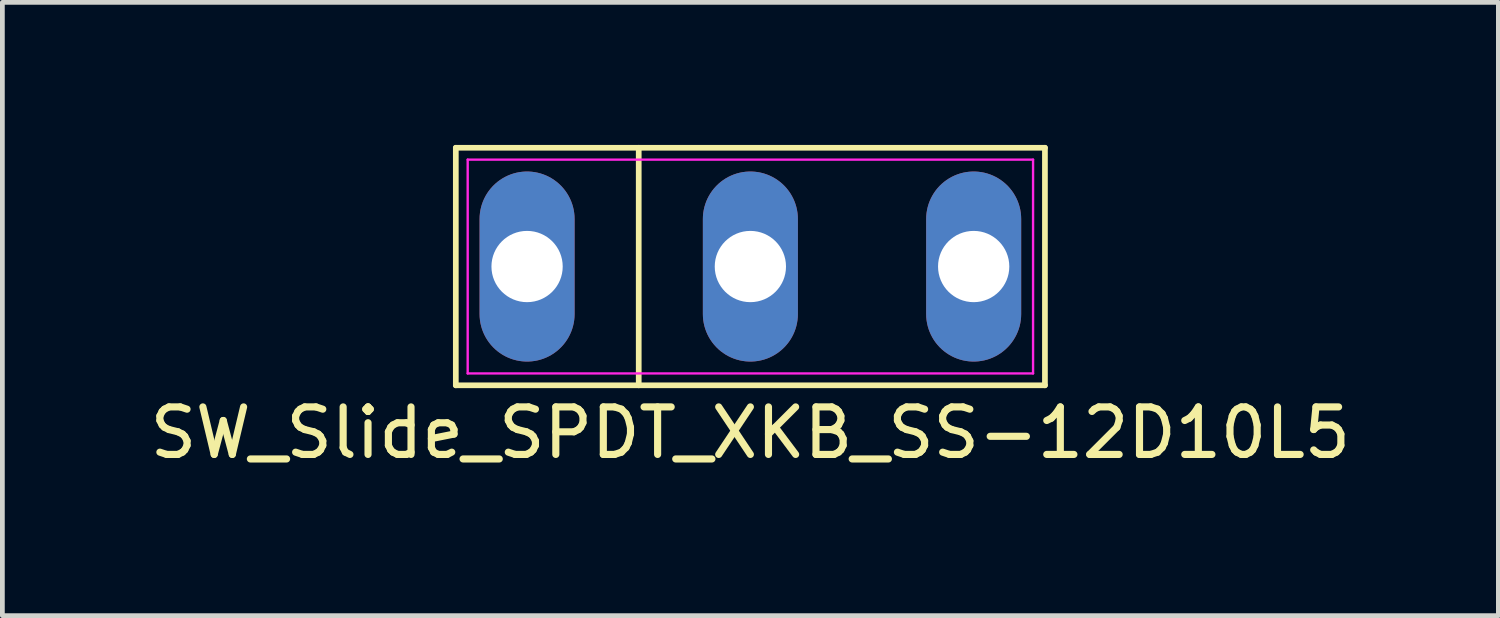
<source format=kicad_pcb>
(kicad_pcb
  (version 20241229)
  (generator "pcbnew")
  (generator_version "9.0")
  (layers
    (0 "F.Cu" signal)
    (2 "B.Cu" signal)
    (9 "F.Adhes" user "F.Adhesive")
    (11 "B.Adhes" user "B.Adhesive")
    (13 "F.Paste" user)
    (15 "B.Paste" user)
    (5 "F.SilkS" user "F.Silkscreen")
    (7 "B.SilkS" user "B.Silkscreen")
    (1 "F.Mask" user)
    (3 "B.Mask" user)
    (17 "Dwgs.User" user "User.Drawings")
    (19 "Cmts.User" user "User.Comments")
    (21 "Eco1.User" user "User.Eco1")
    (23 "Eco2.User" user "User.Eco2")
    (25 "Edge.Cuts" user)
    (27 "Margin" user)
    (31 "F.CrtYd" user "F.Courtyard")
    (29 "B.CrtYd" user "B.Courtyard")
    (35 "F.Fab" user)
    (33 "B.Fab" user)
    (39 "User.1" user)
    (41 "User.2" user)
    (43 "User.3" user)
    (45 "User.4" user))
  (footprint "SW_Slide_SPDT_XKB_SS-12D10L5"
    (layer "F.Cu")
    (at 12.744 2.56)
    (property "Reference" "SW_Slide_SPDT_XKB_SS-12D10L5" (at 0 3.5 0) (unlocked yes) (layer "F.SilkS") (effects (font (size 1 1) (thickness 0.15))))
    (attr through_hole)
    (fp_line (start -6.2 -2.5) (end 6.2 -2.5) (stroke (width 0.12) (type default)) (layer "F.SilkS"))
    (fp_line (start -6.2 2.5) (end -6.2 -2.5) (stroke (width 0.12) (type default)) (layer "F.SilkS"))
    (fp_line (start -2.35 -2.5) (end -2.35 2.5) (stroke (width 0.12) (type default)) (layer "F.SilkS"))
    (fp_line (start 6.2 -2.5) (end 6.2 2.5) (stroke (width 0.12) (type default)) (layer "F.SilkS"))
    (fp_line (start 6.2 2.5) (end -6.2 2.5) (stroke (width 0.12) (type default)) (layer "F.SilkS"))
    (fp_line (start -5.95 -2.25) (end 5.95 -2.25) (stroke (width 0.05) (type default)) (layer "F.CrtYd"))
    (fp_line (start -5.95 2.25) (end -5.95 -2.25) (stroke (width 0.05) (type default)) (layer "F.CrtYd"))
    (fp_line (start 5.95 -2.25) (end 5.95 2.25) (stroke (width 0.05) (type default)) (layer "F.CrtYd"))
    (fp_line (start 5.95 2.25) (end -5.95 2.25) (stroke (width 0.05) (type default)) (layer "F.CrtYd"))
    (pad "1" thru_hole oval (at -4.7 0) (size 2 4) (drill 1.5) (layers "*.Cu" "*.Mask"))
    (pad "2" thru_hole oval (at 0 0) (size 2 4) (drill 1.5) (layers "*.Cu" "*.Mask"))
    (pad "3" thru_hole oval (at 4.7 0) (size 2 4) (drill 1.5) (layers "*.Cu" "*.Mask")))
  (gr_rect
    (start -3 -3)
    (end 28.488 9.908)
    (stroke (width 0.1) (type default))
    (fill no)
    (layer "Edge.Cuts")))
</source>
